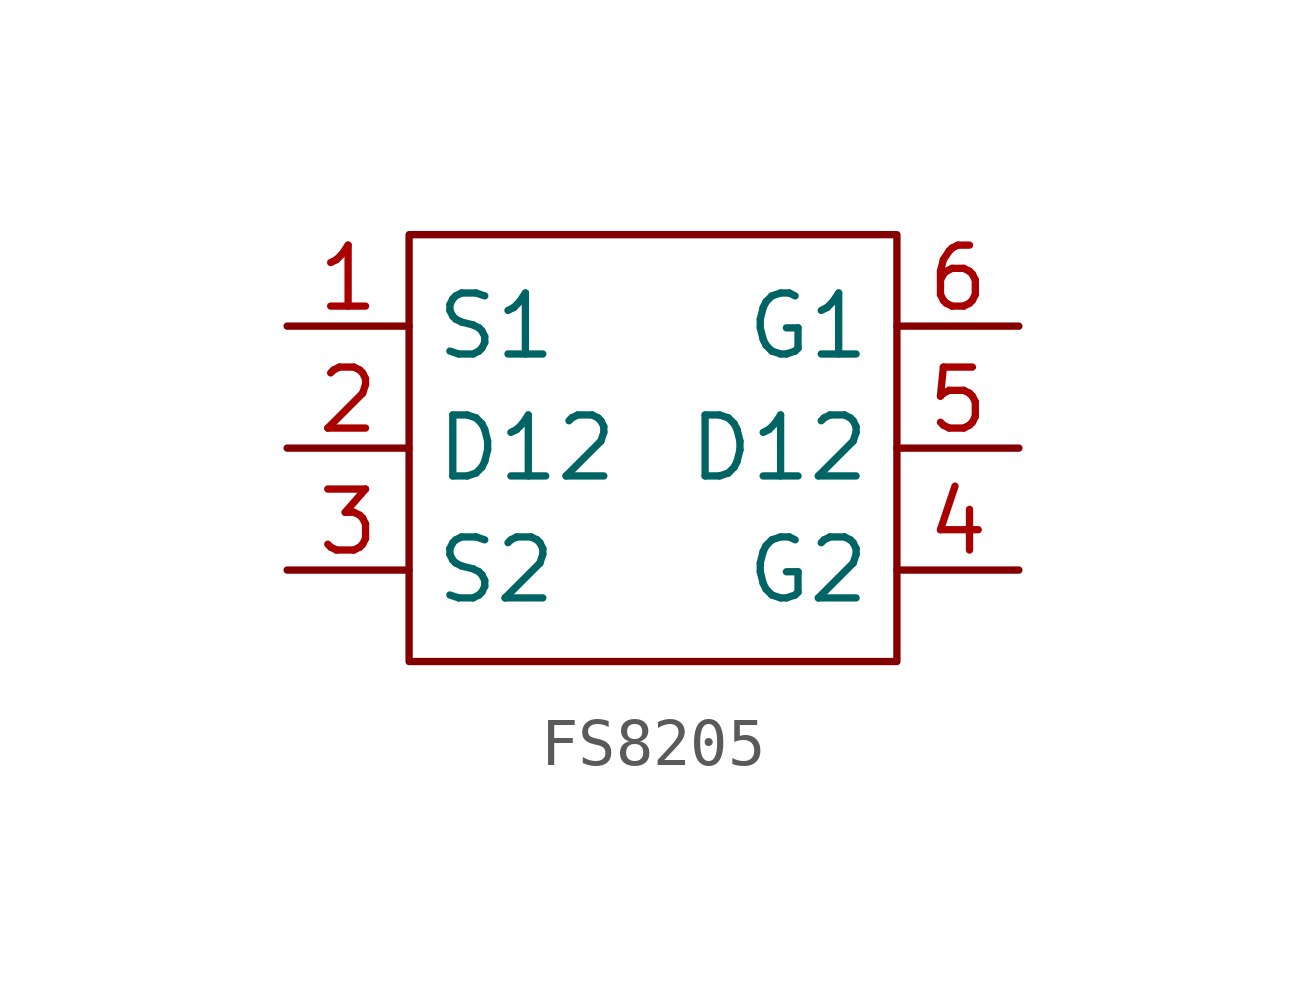
<source format=kicad_sym>
(kicad_symbol_lib
  (version 20241209)
  (generator "kicad_symbol_editor")
  (generator_version "9.0")
  (symbol "FS8205"
    (property "Reference" "U"
      (at 0 7.366 0)
      (effects (font (size 1.27 1.27)) (hide yes)))
    (symbol "FS8205_0_1"
      (rectangle (start -5.08 4.445) (end 5.08 -4.445) (stroke (width 0) (type default)) (fill (type none))))
    (symbol "FS8205_1_1"
      (pin unspecified line (at -7.62 2.54 0) (length 2.54) (name "S1" (effects (font (size 1.27 1.27)))) (number "1" (effects (font (size 1.27 1.27)))))
      (pin unspecified line (at -7.62 0 0) (length 2.54) (name "D12" (effects (font (size 1.27 1.27)))) (number "2" (effects (font (size 1.27 1.27)))))
      (pin unspecified line (at -7.62 -2.54 0) (length 2.54) (name "S2" (effects (font (size 1.27 1.27)))) (number "3" (effects (font (size 1.27 1.27)))))
      (pin unspecified line (at 7.62 2.54 180) (length 2.54) (name "G1" (effects (font (size 1.27 1.27)))) (number "6" (effects (font (size 1.27 1.27)))))
      (pin unspecified line (at 7.62 0 180) (length 2.54) (name "D12" (effects (font (size 1.27 1.27)))) (number "5" (effects (font (size 1.27 1.27)))))
      (pin unspecified line (at 7.62 -2.54 180) (length 2.54) (name "G2" (effects (font (size 1.27 1.27)))) (number "4" (effects (font (size 1.27 1.27))))))))
</source>
